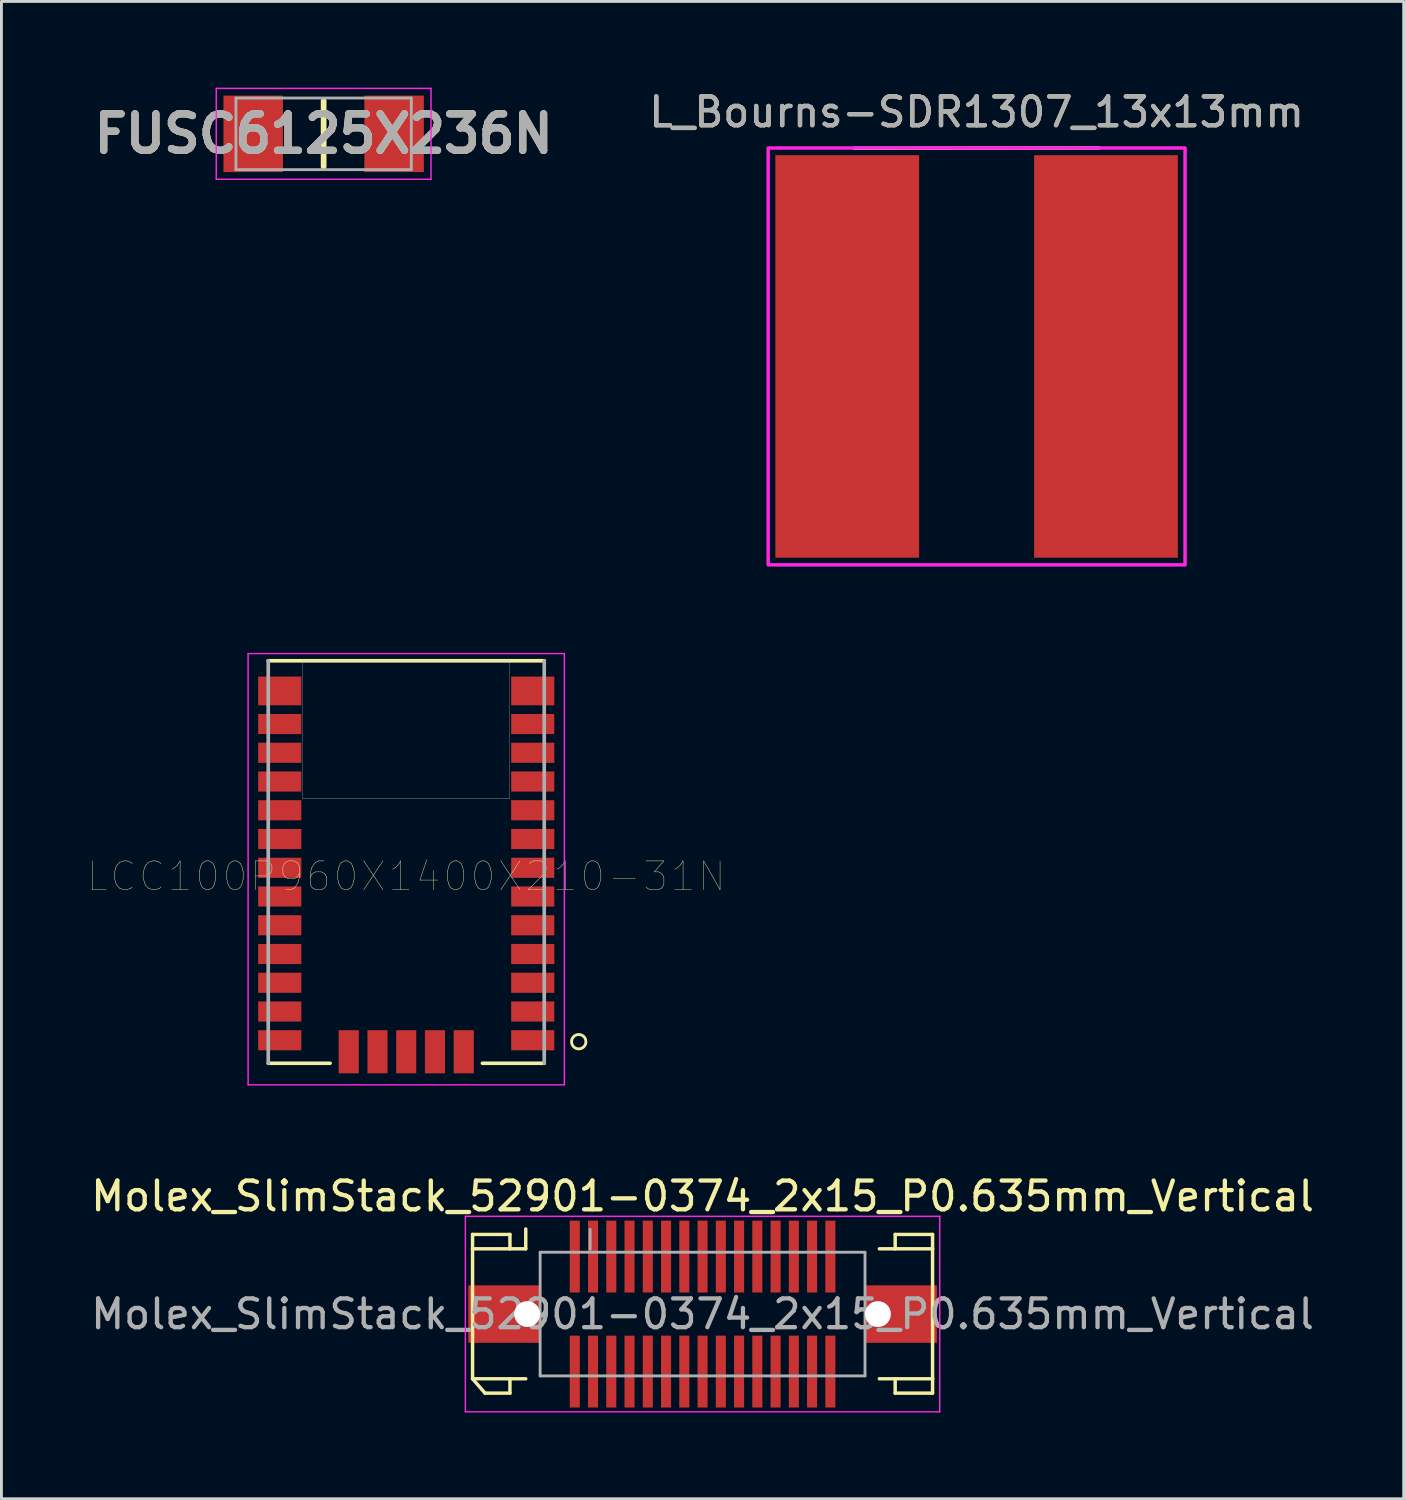
<source format=kicad_pcb>
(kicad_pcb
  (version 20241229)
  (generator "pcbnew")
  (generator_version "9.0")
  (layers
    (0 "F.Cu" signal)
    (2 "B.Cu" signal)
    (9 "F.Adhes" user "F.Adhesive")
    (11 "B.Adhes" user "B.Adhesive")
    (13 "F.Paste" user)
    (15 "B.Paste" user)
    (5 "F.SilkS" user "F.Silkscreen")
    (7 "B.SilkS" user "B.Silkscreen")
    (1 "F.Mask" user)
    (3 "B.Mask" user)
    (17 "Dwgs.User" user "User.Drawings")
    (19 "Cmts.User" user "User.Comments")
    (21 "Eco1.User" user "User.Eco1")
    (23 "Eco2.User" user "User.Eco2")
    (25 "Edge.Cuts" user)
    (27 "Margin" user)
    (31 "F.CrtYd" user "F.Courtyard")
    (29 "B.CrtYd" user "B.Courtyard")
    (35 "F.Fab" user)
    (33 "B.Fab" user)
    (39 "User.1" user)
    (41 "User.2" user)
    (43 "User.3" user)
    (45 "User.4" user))
  (footprint "L_Bourns-SDR1307_13x13mm"
    (layer "F.Cu")
    (at 30.919 9.348)
    (property "Reference" "L_Bourns-SDR1307_13x13mm" (at 0 -8.5 0) (layer "F.SilkS") (effects (font (size 1 1) (thickness 0.15))))
    (attr smd)
    (fp_line (start 4.25 -7.25) (end -4.25 -7.24) (stroke (width 0.12) (type solid)) (layer "F.SilkS"))
    (fp_rect (start -7.25 -7.25) (end 7.25 7.25) (stroke (width 0.12) (type solid)) (fill no) (layer "F.CrtYd"))
    (fp_text user "${REFERENCE}" (at 0 -8.5 0) (layer "F.Fab") (effects (font (size 1 1) (thickness 0.15))))
    (pad "1" smd rect (at -4.5 0) (size 5 14) (layers "F.Cu" "F.Mask" "F.Paste"))
    (pad "2" smd rect (at 4.5 0) (size 5 14) (layers "F.Cu" "F.Mask" "F.Paste")))
  (footprint "Molex_SlimStack_52901-0374_2x15_P0.635mm_Vertical"
    (layer "F.Cu")
    (at 21.387 42.657)
    (property "Reference" "Molex_SlimStack_52901-0374_2x15_P0.635mm_Vertical" (at 0 -4.1 0) (layer "F.SilkS") (effects (font (size 1 1) (thickness 0.15))))
    (attr smd)
    (fp_line (start -8 -2.77) (end -6.7 -2.77) (stroke (width 0.12) (type solid)) (layer "F.SilkS"))
    (fp_line (start -8 -2.27) (end -8 -2.77) (stroke (width 0.12) (type solid)) (layer "F.SilkS"))
    (fp_line (start -8 -2.27) (end -6.15 -2.27) (stroke (width 0.12) (type solid)) (layer "F.SilkS"))
    (fp_line (start -8 2.25) (end -8 -2.27) (stroke (width 0.12) (type solid)) (layer "F.SilkS"))
    (fp_line (start -8 2.25) (end -7.567 2.75) (stroke (width 0.12) (type solid)) (layer "F.SilkS"))
    (fp_line (start -7.567 2.75) (end -6.7 2.75) (stroke (width 0.12) (type solid)) (layer "F.SilkS"))
    (fp_line (start -6.7 -2.77) (end -6.7 -2.27) (stroke (width 0.12) (type solid)) (layer "F.SilkS"))
    (fp_line (start -6.7 2.75) (end -6.7 2.25) (stroke (width 0.12) (type solid)) (layer "F.SilkS"))
    (fp_line (start -6.15 -2.27) (end -6.15 -2.96) (stroke (width 0.12) (type solid)) (layer "F.SilkS"))
    (fp_line (start -6.15 2.25) (end -8 2.25) (stroke (width 0.12) (type solid)) (layer "F.SilkS"))
    (fp_line (start 6.15 2.25) (end 8 2.25) (stroke (width 0.12) (type solid)) (layer "F.SilkS"))
    (fp_line (start 6.7 -2.77) (end 6.7 -2.27) (stroke (width 0.12) (type solid)) (layer "F.SilkS"))
    (fp_line (start 6.7 2.75) (end 6.7 2.25) (stroke (width 0.12) (type solid)) (layer "F.SilkS"))
    (fp_line (start 8 -2.77) (end 6.7 -2.77) (stroke (width 0.12) (type solid)) (layer "F.SilkS"))
    (fp_line (start 8 -2.27) (end 6.15 -2.27) (stroke (width 0.12) (type solid)) (layer "F.SilkS"))
    (fp_line (start 8 -2.27) (end 8 -2.77) (stroke (width 0.12) (type solid)) (layer "F.SilkS"))
    (fp_line (start 8 2.25) (end 8 -2.27) (stroke (width 0.12) (type solid)) (layer "F.SilkS"))
    (fp_line (start 8 2.25) (end 8 2.75) (stroke (width 0.12) (type solid)) (layer "F.SilkS"))
    (fp_line (start 8 2.75) (end 6.7 2.75) (stroke (width 0.12) (type solid)) (layer "F.SilkS"))
    (fp_line (start -8.25 -3.4) (end -8.25 3.4) (stroke (width 0.05) (type solid)) (layer "F.CrtYd"))
    (fp_line (start -8.25 3.4) (end 8.25 3.4) (stroke (width 0.05) (type solid)) (layer "F.CrtYd"))
    (fp_line (start 8.25 -3.4) (end -8.25 -3.4) (stroke (width 0.05) (type solid)) (layer "F.CrtYd"))
    (fp_line (start 8.25 3.4) (end 8.25 -3.4) (stroke (width 0.05) (type solid)) (layer "F.CrtYd"))
    (fp_line (start -5.65 -2.15) (end -5.65 2.15) (stroke (width 0.1) (type solid)) (layer "F.Fab"))
    (fp_line (start -5.65 2.15) (end 5.65 2.15) (stroke (width 0.1) (type solid)) (layer "F.Fab"))
    (fp_line (start -3.91 -2.26) (end -3.91 -2.95) (stroke (width 0.1) (type solid)) (layer "F.Fab"))
    (fp_line (start 5.65 -2.15) (end -5.65 -2.15) (stroke (width 0.1) (type solid)) (layer "F.Fab"))
    (fp_line (start 5.65 2.15) (end 5.65 -2.15) (stroke (width 0.1) (type solid)) (layer "F.Fab"))
    (fp_text user "${REFERENCE}" (at 0 0 0) (layer "F.Fab") (effects (font (size 1 1) (thickness 0.15))))
    (pad "" np_thru_hole circle (at -6.1 0) (size 0.9 0.9) (drill 0.9) (layers "*.Cu" "*.Mask"))
    (pad "" np_thru_hole circle (at 6.1 0) (size 0.9 0.9) (drill 0.9) (layers "*.Cu" "*.Mask"))
    (pad "1" smd rect (at -4.445 -2) (size 0.35 2.5) (layers "F.Cu" "F.Mask" "F.Paste"))
    (pad "2" smd rect (at -4.445 2) (size 0.35 2.5) (layers "F.Cu" "F.Mask" "F.Paste"))
    (pad "3" smd rect (at -3.81 -2) (size 0.35 2.5) (layers "F.Cu" "F.Mask" "F.Paste"))
    (pad "4" smd rect (at -3.81 2) (size 0.35 2.5) (layers "F.Cu" "F.Mask" "F.Paste"))
    (pad "5" smd rect (at -3.175 -2) (size 0.35 2.5) (layers "F.Cu" "F.Mask" "F.Paste"))
    (pad "6" smd rect (at -3.175 2) (size 0.35 2.5) (layers "F.Cu" "F.Mask" "F.Paste"))
    (pad "7" smd rect (at -2.54 -2) (size 0.35 2.5) (layers "F.Cu" "F.Mask" "F.Paste"))
    (pad "8" smd rect (at -2.54 2) (size 0.35 2.5) (layers "F.Cu" "F.Mask" "F.Paste"))
    (pad "9" smd rect (at -1.905 -2) (size 0.35 2.5) (layers "F.Cu" "F.Mask" "F.Paste"))
    (pad "10" smd rect (at -1.905 2) (size 0.35 2.5) (layers "F.Cu" "F.Mask" "F.Paste"))
    (pad "11" smd rect (at -1.27 -2) (size 0.35 2.5) (layers "F.Cu" "F.Mask" "F.Paste"))
    (pad "12" smd rect (at -1.27 2) (size 0.35 2.5) (layers "F.Cu" "F.Mask" "F.Paste"))
    (pad "13" smd rect (at -0.635 -2) (size 0.35 2.5) (layers "F.Cu" "F.Mask" "F.Paste"))
    (pad "14" smd rect (at -0.635 2) (size 0.35 2.5) (layers "F.Cu" "F.Mask" "F.Paste"))
    (pad "15" smd rect (at 0 -2) (size 0.35 2.5) (layers "F.Cu" "F.Mask" "F.Paste"))
    (pad "16" smd rect (at 0 2) (size 0.35 2.5) (layers "F.Cu" "F.Mask" "F.Paste"))
    (pad "17" smd rect (at 0.635 -2) (size 0.35 2.5) (layers "F.Cu" "F.Mask" "F.Paste"))
    (pad "18" smd rect (at 0.635 2) (size 0.35 2.5) (layers "F.Cu" "F.Mask" "F.Paste"))
    (pad "19" smd rect (at 1.27 -2) (size 0.35 2.5) (layers "F.Cu" "F.Mask" "F.Paste"))
    (pad "20" smd rect (at 1.27 2) (size 0.35 2.5) (layers "F.Cu" "F.Mask" "F.Paste"))
    (pad "21" smd rect (at 1.905 -2) (size 0.35 2.5) (layers "F.Cu" "F.Mask" "F.Paste"))
    (pad "22" smd rect (at 1.905 2) (size 0.35 2.5) (layers "F.Cu" "F.Mask" "F.Paste"))
    (pad "23" smd rect (at 2.54 -2) (size 0.35 2.5) (layers "F.Cu" "F.Mask" "F.Paste"))
    (pad "24" smd rect (at 2.54 2) (size 0.35 2.5) (layers "F.Cu" "F.Mask" "F.Paste"))
    (pad "25" smd rect (at 3.175 -2) (size 0.35 2.5) (layers "F.Cu" "F.Mask" "F.Paste"))
    (pad "26" smd rect (at 3.175 2) (size 0.35 2.5) (layers "F.Cu" "F.Mask" "F.Paste"))
    (pad "27" smd rect (at 3.81 -2) (size 0.35 2.5) (layers "F.Cu" "F.Mask" "F.Paste"))
    (pad "28" smd rect (at 3.81 2) (size 0.35 2.5) (layers "F.Cu" "F.Mask" "F.Paste"))
    (pad "29" smd rect (at 4.445 -2) (size 0.35 2.5) (layers "F.Cu" "F.Mask" "F.Paste"))
    (pad "30" smd rect (at 4.445 2) (size 0.35 2.5) (layers "F.Cu" "F.Mask" "F.Paste"))
    (pad "31" smd rect (at -6.9 0) (size 2.5 2) (layers "F.Cu" "F.Mask" "F.Paste"))
    (pad "31" smd rect (at 6.9 0) (size 2.5 2) (layers "F.Cu" "F.Mask" "F.Paste")))
  (footprint "LCC100P960X1400X210-31N"
    (layer "F.Cu")
    (at 11.08 26.933)
    (property "Reference" "LCC100P960X1400X210-31N" (at 0 0.5 0) (layer "F.SilkS") (effects (font (size 1.001 1.001) (thickness 0.015))))
    (attr smd)
    (fp_line (start -4.8 -7) (end 4.8 -7) (stroke (width 0.127) (type solid)) (layer "F.SilkS"))
    (fp_line (start -2.65 7) (end -4.8 7) (stroke (width 0.127) (type solid)) (layer "F.SilkS"))
    (fp_line (start 4.8 7) (end 2.65 7) (stroke (width 0.127) (type solid)) (layer "F.SilkS"))
    (fp_circle (center 6 6.25) (end 6.25 6.25) (stroke (width 0.1) (type solid)) (fill no) (layer "F.SilkS"))
    (fp_poly (pts (xy -3.6 -2.2) (xy -3.6 -7.003) (xy 3.599 -7.003) (xy 3.599 -2.2)) (stroke (width 0.01) (type solid)) (fill no) (layer "Dwgs.User"))
    (fp_line (start -5.5 -7.25) (end 5.5 -7.25) (stroke (width 0.05) (type solid)) (layer "F.CrtYd"))
    (fp_line (start -5.5 7.75) (end -5.5 -7.25) (stroke (width 0.05) (type solid)) (layer "F.CrtYd"))
    (fp_line (start 5.5 -7.25) (end 5.5 7.75) (stroke (width 0.05) (type solid)) (layer "F.CrtYd"))
    (fp_line (start 5.5 7.75) (end -5.5 7.75) (stroke (width 0.05) (type solid)) (layer "F.CrtYd"))
    (fp_line (start -4.8 7) (end -4.8 -7) (stroke (width 0.127) (type solid)) (layer "F.Fab"))
    (fp_line (start 4.8 -7) (end 4.8 7) (stroke (width 0.127) (type solid)) (layer "F.Fab"))
    (pad "1" smd rect (at 4.4 6.2) (size 1.5 0.7) (layers "F.Cu" "F.Mask" "F.Paste"))
    (pad "2" smd rect (at 4.4 5.2) (size 1.5 0.7) (layers "F.Cu" "F.Mask" "F.Paste"))
    (pad "3" smd rect (at 4.4 4.2) (size 1.5 0.7) (layers "F.Cu" "F.Mask" "F.Paste"))
    (pad "4" smd rect (at 4.4 3.2) (size 1.5 0.7) (layers "F.Cu" "F.Mask" "F.Paste"))
    (pad "5" smd rect (at 4.4 2.2) (size 1.5 0.7) (layers "F.Cu" "F.Mask" "F.Paste"))
    (pad "6" smd rect (at 4.4 1.2) (size 1.5 0.7) (layers "F.Cu" "F.Mask" "F.Paste"))
    (pad "7" smd rect (at 4.4 0.2) (size 1.5 0.7) (layers "F.Cu" "F.Mask" "F.Paste"))
    (pad "8" smd rect (at 4.4 -0.8) (size 1.5 0.7) (layers "F.Cu" "F.Mask" "F.Paste"))
    (pad "9" smd rect (at 4.4 -1.8) (size 1.5 0.7) (layers "F.Cu" "F.Mask" "F.Paste"))
    (pad "10" smd rect (at 4.4 -2.8) (size 1.5 0.7) (layers "F.Cu" "F.Mask" "F.Paste"))
    (pad "11" smd rect (at 4.4 -3.8) (size 1.5 0.7) (layers "F.Cu" "F.Mask" "F.Paste"))
    (pad "12" smd rect (at 4.4 -4.8) (size 1.5 0.7) (layers "F.Cu" "F.Mask" "F.Paste"))
    (pad "13" smd rect (at 4.4 -5.95) (size 1.5 1) (layers "F.Cu" "F.Mask" "F.Paste"))
    (pad "14" smd rect (at -4.4 -5.95) (size 1.5 1) (layers "F.Cu" "F.Mask" "F.Paste"))
    (pad "15" smd rect (at -4.4 -4.8) (size 1.5 0.7) (layers "F.Cu" "F.Mask" "F.Paste"))
    (pad "16" smd rect (at -4.4 -3.8) (size 1.5 0.7) (layers "F.Cu" "F.Mask" "F.Paste"))
    (pad "17" smd rect (at -4.4 -2.8) (size 1.5 0.7) (layers "F.Cu" "F.Mask" "F.Paste"))
    (pad "18" smd rect (at -4.4 -1.8) (size 1.5 0.7) (layers "F.Cu" "F.Mask" "F.Paste"))
    (pad "19" smd rect (at -4.4 -0.8) (size 1.5 0.7) (layers "F.Cu" "F.Mask" "F.Paste"))
    (pad "20" smd rect (at -4.4 0.2) (size 1.5 0.7) (layers "F.Cu" "F.Mask" "F.Paste"))
    (pad "21" smd rect (at -4.4 1.2) (size 1.5 0.7) (layers "F.Cu" "F.Mask" "F.Paste"))
    (pad "22" smd rect (at -4.4 2.2) (size 1.5 0.7) (layers "F.Cu" "F.Mask" "F.Paste"))
    (pad "23" smd rect (at -4.4 3.2) (size 1.5 0.7) (layers "F.Cu" "F.Mask" "F.Paste"))
    (pad "24" smd rect (at -4.4 4.2) (size 1.5 0.7) (layers "F.Cu" "F.Mask" "F.Paste"))
    (pad "25" smd rect (at -4.4 5.2) (size 1.5 0.7) (layers "F.Cu" "F.Mask" "F.Paste"))
    (pad "26" smd rect (at -4.4 6.2) (size 1.5 0.7) (layers "F.Cu" "F.Mask" "F.Paste"))
    (pad "27" smd rect (at -2 6.6) (size 0.7 1.5) (layers "F.Cu" "F.Mask" "F.Paste"))
    (pad "28" smd rect (at -1 6.6) (size 0.7 1.5) (layers "F.Cu" "F.Mask" "F.Paste"))
    (pad "29" smd rect (at 0 6.6) (size 0.7 1.5) (layers "F.Cu" "F.Mask" "F.Paste"))
    (pad "30" smd rect (at 1 6.6) (size 0.7 1.5) (layers "F.Cu" "F.Mask" "F.Paste"))
    (pad "31" smd rect (at 2 6.6) (size 0.7 1.5) (layers "F.Cu" "F.Mask" "F.Paste")))
  (footprint "FUSC6125X236N"
    (layer "F.Cu")
    (at 8.207 1.605)
    (property "Reference" "FUSC6125X236N" (at 0 0 0) (layer "F.SilkS") (effects (font (size 1.27 1.27) (thickness 0.254))))
    (attr smd)
    (fp_line (start 0 -1.145) (end 0 1.145) (stroke (width 0.2) (type solid)) (layer "F.SilkS"))
    (fp_line (start -3.735 -1.58) (end 3.735 -1.58) (stroke (width 0.05) (type solid)) (layer "F.CrtYd"))
    (fp_line (start -3.735 1.58) (end -3.735 -1.58) (stroke (width 0.05) (type solid)) (layer "F.CrtYd"))
    (fp_line (start 3.735 -1.58) (end 3.735 1.58) (stroke (width 0.05) (type solid)) (layer "F.CrtYd"))
    (fp_line (start 3.735 1.58) (end -3.735 1.58) (stroke (width 0.05) (type solid)) (layer "F.CrtYd"))
    (fp_line (start -3.05 -1.245) (end 3.05 -1.245) (stroke (width 0.1) (type solid)) (layer "F.Fab"))
    (fp_line (start -3.05 1.245) (end -3.05 -1.245) (stroke (width 0.1) (type solid)) (layer "F.Fab"))
    (fp_line (start 3.05 -1.245) (end 3.05 1.245) (stroke (width 0.1) (type solid)) (layer "F.Fab"))
    (fp_line (start 3.05 1.245) (end -3.05 1.245) (stroke (width 0.1) (type solid)) (layer "F.Fab"))
    (fp_text user "${REFERENCE}" (at 0 0 0) (layer "F.Fab") (effects (font (size 1.27 1.27) (thickness 0.254))))
    (pad "1" smd rect (at -2.45 0) (size 2.07 2.66) (layers "F.Cu" "F.Mask" "F.Paste"))
    (pad "2" smd rect (at 2.45 0) (size 2.07 2.66) (layers "F.Cu" "F.Mask" "F.Paste")))
  (gr_rect
    (start -3 -3)
    (end 45.774 49.081)
    (stroke (width 0.1) (type default))
    (fill no)
    (layer "Edge.Cuts")))
</source>
